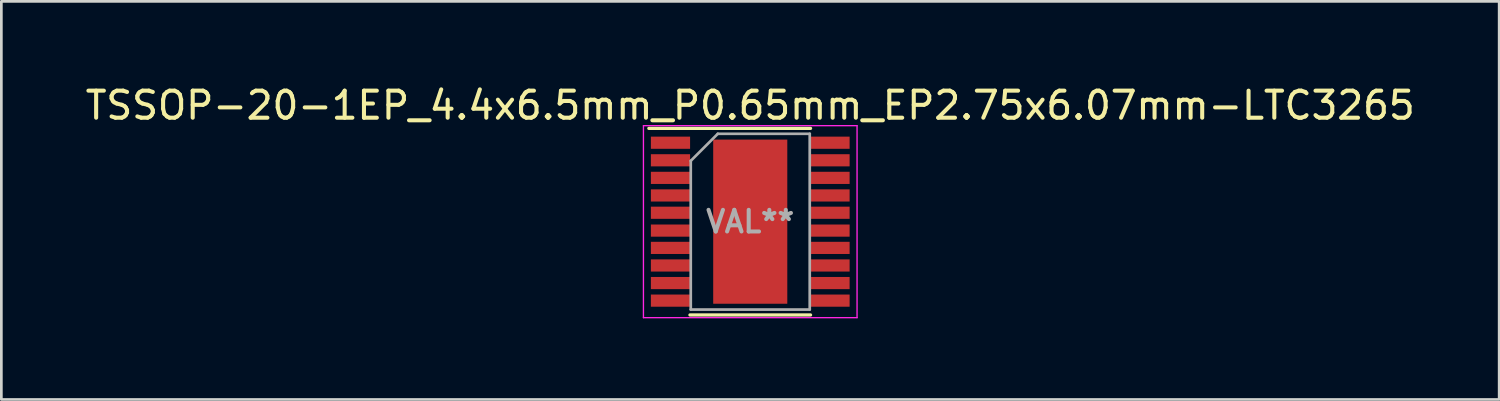
<source format=kicad_pcb>
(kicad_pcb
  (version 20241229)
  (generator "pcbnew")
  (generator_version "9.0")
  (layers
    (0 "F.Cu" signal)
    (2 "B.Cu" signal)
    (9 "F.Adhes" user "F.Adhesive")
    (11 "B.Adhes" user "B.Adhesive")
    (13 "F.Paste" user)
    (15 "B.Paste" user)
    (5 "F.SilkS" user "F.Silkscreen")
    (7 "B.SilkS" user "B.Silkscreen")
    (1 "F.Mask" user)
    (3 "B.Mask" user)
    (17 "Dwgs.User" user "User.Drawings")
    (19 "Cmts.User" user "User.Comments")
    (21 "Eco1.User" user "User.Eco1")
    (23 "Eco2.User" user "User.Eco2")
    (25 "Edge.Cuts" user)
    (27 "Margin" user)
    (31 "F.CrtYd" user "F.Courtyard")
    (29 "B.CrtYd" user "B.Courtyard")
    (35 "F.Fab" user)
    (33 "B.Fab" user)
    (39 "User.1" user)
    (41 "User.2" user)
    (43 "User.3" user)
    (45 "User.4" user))
  (footprint "TSSOP-20-1EP_4.4x6.5mm_P0.65mm_EP2.75x6.07mm-LTC3265"
    (layer "F.Cu")
    (at 24.696 5.148)
    (property "Reference" "TSSOP-20-1EP_4.4x6.5mm_P0.65mm_EP2.75x6.07mm-LTC3265" (at 0 -4.3 0) (layer "F.SilkS") (effects (font (size 1 1) (thickness 0.15))))
    (attr smd)
    (fp_line (start -3.75 -3.45) (end 2.23 -3.45) (stroke (width 0.12) (type solid)) (layer "F.SilkS"))
    (fp_line (start -2.23 3.45) (end 2.23 3.45) (stroke (width 0.12) (type solid)) (layer "F.SilkS"))
    (fp_line (start -3.95 -3.55) (end -3.95 3.55) (stroke (width 0.05) (type solid)) (layer "F.CrtYd"))
    (fp_line (start -3.95 -3.55) (end 3.95 -3.55) (stroke (width 0.05) (type solid)) (layer "F.CrtYd"))
    (fp_line (start -3.95 3.55) (end 3.95 3.55) (stroke (width 0.05) (type solid)) (layer "F.CrtYd"))
    (fp_line (start 3.95 -3.55) (end 3.95 3.55) (stroke (width 0.05) (type solid)) (layer "F.CrtYd"))
    (fp_line (start -2.2 -2.25) (end -1.2 -3.25) (stroke (width 0.1) (type solid)) (layer "F.Fab"))
    (fp_line (start -2.2 3.25) (end -2.2 -2.25) (stroke (width 0.1) (type solid)) (layer "F.Fab"))
    (fp_line (start -1.2 -3.25) (end 2.2 -3.25) (stroke (width 0.1) (type solid)) (layer "F.Fab"))
    (fp_line (start 2.2 -3.25) (end 2.2 3.25) (stroke (width 0.1) (type solid)) (layer "F.Fab"))
    (fp_line (start 2.2 3.25) (end -2.2 3.25) (stroke (width 0.1) (type solid)) (layer "F.Fab"))
    (fp_text user "VAL**" (at 0 0 0) (layer "F.Fab") (effects (font (size 0.8 0.8) (thickness 0.15))))
    (pad "1" smd rect (at -2.95 -2.92) (size 1.45 0.45) (layers "F.Cu" "F.Mask" "F.Paste"))
    (pad "2" smd rect (at -2.95 -2.27) (size 1.45 0.45) (layers "F.Cu" "F.Mask" "F.Paste"))
    (pad "3" smd rect (at -2.95 -1.62) (size 1.45 0.45) (layers "F.Cu" "F.Mask" "F.Paste"))
    (pad "4" smd rect (at -2.95 -0.97) (size 1.45 0.45) (layers "F.Cu" "F.Mask" "F.Paste"))
    (pad "5" smd rect (at -2.95 -0.33) (size 1.45 0.45) (layers "F.Cu" "F.Mask" "F.Paste"))
    (pad "6" smd rect (at -2.95 0.33) (size 1.45 0.45) (layers "F.Cu" "F.Mask" "F.Paste"))
    (pad "7" smd rect (at -2.95 0.97) (size 1.45 0.45) (layers "F.Cu" "F.Mask" "F.Paste"))
    (pad "8" smd rect (at -2.95 1.62) (size 1.45 0.45) (layers "F.Cu" "F.Mask" "F.Paste"))
    (pad "9" smd rect (at -2.95 2.27) (size 1.45 0.45) (layers "F.Cu" "F.Mask" "F.Paste"))
    (pad "10" smd rect (at -2.95 2.92) (size 1.45 0.45) (layers "F.Cu" "F.Mask" "F.Paste"))
    (pad "11" smd rect (at 2.95 2.92) (size 1.45 0.45) (layers "F.Cu" "F.Mask" "F.Paste"))
    (pad "12" smd rect (at 2.95 2.27) (size 1.45 0.45) (layers "F.Cu" "F.Mask" "F.Paste"))
    (pad "13" smd rect (at 2.95 1.62) (size 1.45 0.45) (layers "F.Cu" "F.Mask" "F.Paste"))
    (pad "14" smd rect (at 2.95 0.97) (size 1.45 0.45) (layers "F.Cu" "F.Mask" "F.Paste"))
    (pad "15" smd rect (at 2.95 0.33) (size 1.45 0.45) (layers "F.Cu" "F.Mask" "F.Paste"))
    (pad "16" smd rect (at 2.95 -0.33) (size 1.45 0.45) (layers "F.Cu" "F.Mask" "F.Paste"))
    (pad "17" smd rect (at 2.95 -0.97) (size 1.45 0.45) (layers "F.Cu" "F.Mask" "F.Paste"))
    (pad "18" smd rect (at 2.95 -1.62) (size 1.45 0.45) (layers "F.Cu" "F.Mask" "F.Paste"))
    (pad "19" smd rect (at 2.95 -2.27) (size 1.45 0.45) (layers "F.Cu" "F.Mask" "F.Paste"))
    (pad "20" smd rect (at 2.95 -2.92) (size 1.45 0.45) (layers "F.Cu" "F.Mask" "F.Paste"))
    (pad "21" smd rect (at 0 0) (size 2.74 6.07) (layers "F.Cu" "F.Mask" "F.Paste")))
  (gr_rect
    (start -3 -3)
    (end 52.393 11.723)
    (stroke (width 0.1) (type default))
    (fill no)
    (layer "Edge.Cuts")))
</source>
